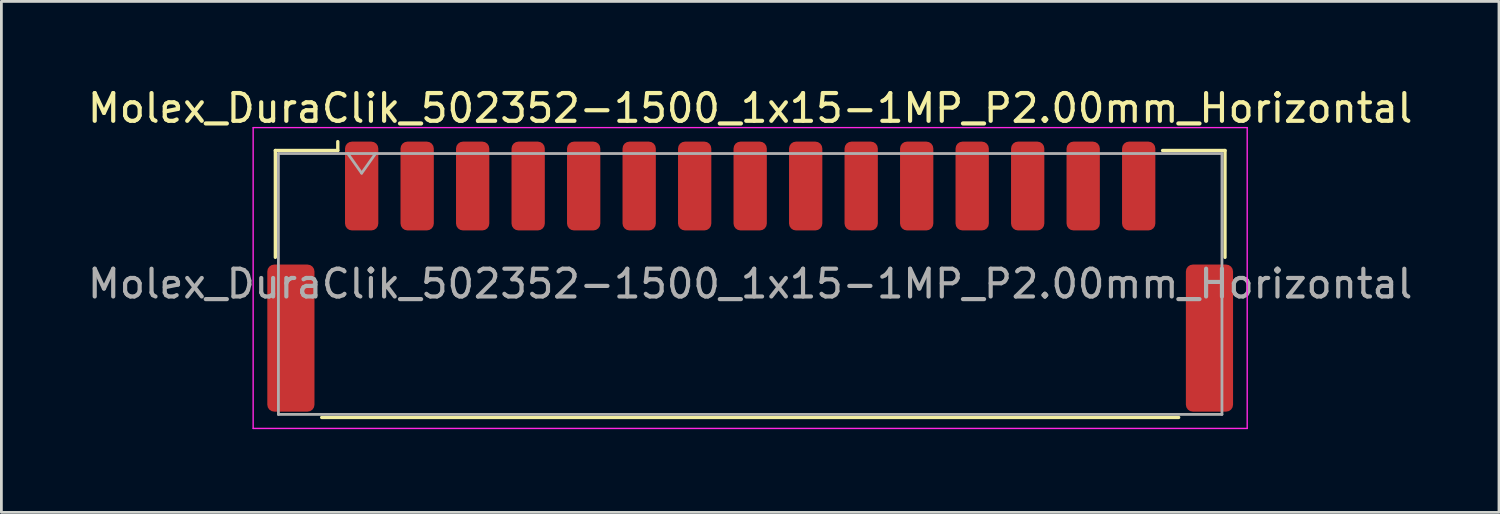
<source format=kicad_pcb>
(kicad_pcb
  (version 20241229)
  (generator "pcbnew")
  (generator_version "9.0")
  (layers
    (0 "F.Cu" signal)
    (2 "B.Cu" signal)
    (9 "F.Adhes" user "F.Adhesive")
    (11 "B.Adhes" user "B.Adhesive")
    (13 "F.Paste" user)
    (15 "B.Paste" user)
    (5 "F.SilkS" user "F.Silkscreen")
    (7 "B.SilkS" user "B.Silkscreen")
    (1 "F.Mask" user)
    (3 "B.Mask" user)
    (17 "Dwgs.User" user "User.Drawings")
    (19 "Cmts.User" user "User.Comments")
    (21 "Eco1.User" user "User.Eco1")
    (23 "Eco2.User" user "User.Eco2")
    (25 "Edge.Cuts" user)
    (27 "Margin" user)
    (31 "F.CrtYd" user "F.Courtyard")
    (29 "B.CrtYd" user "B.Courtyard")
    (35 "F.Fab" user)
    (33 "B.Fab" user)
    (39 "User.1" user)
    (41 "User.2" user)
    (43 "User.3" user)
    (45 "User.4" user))
  (footprint "Molex_DuraClik_502352-1500_1x15-1MP_P2.00mm_Horizontal"
    (layer "F.Cu")
    (at 23.982 6.918)
    (property "Reference" "Molex_DuraClik_502352-1500_1x15-1MP_P2.00mm_Horizontal" (at 0 -6.07 0) (layer "F.SilkS") (effects (font (size 1 1) (thickness 0.15))))
    (attr smd)
    (fp_line (start -17.11 -4.545) (end -14.86 -4.545) (stroke (width 0.12) (type solid)) (layer "F.SilkS"))
    (fp_line (start -17.11 -0.695) (end -17.11 -4.545) (stroke (width 0.12) (type solid)) (layer "F.SilkS"))
    (fp_line (start -15.44 5.075) (end 15.44 5.075) (stroke (width 0.12) (type solid)) (layer "F.SilkS"))
    (fp_line (start -14.86 -4.545) (end -14.86 -4.865) (stroke (width 0.12) (type solid)) (layer "F.SilkS"))
    (fp_line (start 17.11 -4.545) (end 14.86 -4.545) (stroke (width 0.12) (type solid)) (layer "F.SilkS"))
    (fp_line (start 17.11 -0.695) (end 17.11 -4.545) (stroke (width 0.12) (type solid)) (layer "F.SilkS"))
    (fp_line (start -17.91 -5.37) (end -17.91 5.47) (stroke (width 0.05) (type solid)) (layer "F.CrtYd"))
    (fp_line (start -17.91 5.47) (end 17.91 5.47) (stroke (width 0.05) (type solid)) (layer "F.CrtYd"))
    (fp_line (start 17.91 -5.37) (end -17.91 -5.37) (stroke (width 0.05) (type solid)) (layer "F.CrtYd"))
    (fp_line (start 17.91 5.47) (end 17.91 -5.37) (stroke (width 0.05) (type solid)) (layer "F.CrtYd"))
    (fp_line (start -17 -4.435) (end -17 4.965) (stroke (width 0.1) (type solid)) (layer "F.Fab"))
    (fp_line (start -17 -4.435) (end 17 -4.435) (stroke (width 0.1) (type solid)) (layer "F.Fab"))
    (fp_line (start -17 4.965) (end 17 4.965) (stroke (width 0.1) (type solid)) (layer "F.Fab"))
    (fp_line (start -14.5 -4.435) (end -14 -3.728) (stroke (width 0.1) (type solid)) (layer "F.Fab"))
    (fp_line (start -14 -3.728) (end -13.5 -4.435) (stroke (width 0.1) (type solid)) (layer "F.Fab"))
    (fp_line (start 17 -4.435) (end 17 4.965) (stroke (width 0.1) (type solid)) (layer "F.Fab"))
    (fp_text user "${REFERENCE}" (at 0 0.26 0) (layer "F.Fab") (effects (font (size 1 1) (thickness 0.15))))
    (pad "1" smd roundrect (at -14 -3.265) (size 1.2 3.2) (layers "F.Cu" "F.Mask" "F.Paste") (roundrect_rratio 0.208))
    (pad "2" smd roundrect (at -12 -3.265) (size 1.2 3.2) (layers "F.Cu" "F.Mask" "F.Paste") (roundrect_rratio 0.208))
    (pad "3" smd roundrect (at -10 -3.265) (size 1.2 3.2) (layers "F.Cu" "F.Mask" "F.Paste") (roundrect_rratio 0.208))
    (pad "4" smd roundrect (at -8 -3.265) (size 1.2 3.2) (layers "F.Cu" "F.Mask" "F.Paste") (roundrect_rratio 0.208))
    (pad "5" smd roundrect (at -6 -3.265) (size 1.2 3.2) (layers "F.Cu" "F.Mask" "F.Paste") (roundrect_rratio 0.208))
    (pad "6" smd roundrect (at -4 -3.265) (size 1.2 3.2) (layers "F.Cu" "F.Mask" "F.Paste") (roundrect_rratio 0.208))
    (pad "7" smd roundrect (at -2 -3.265) (size 1.2 3.2) (layers "F.Cu" "F.Mask" "F.Paste") (roundrect_rratio 0.208))
    (pad "8" smd roundrect (at 0 -3.265) (size 1.2 3.2) (layers "F.Cu" "F.Mask" "F.Paste") (roundrect_rratio 0.208))
    (pad "9" smd roundrect (at 2 -3.265) (size 1.2 3.2) (layers "F.Cu" "F.Mask" "F.Paste") (roundrect_rratio 0.208))
    (pad "10" smd roundrect (at 4 -3.265) (size 1.2 3.2) (layers "F.Cu" "F.Mask" "F.Paste") (roundrect_rratio 0.208))
    (pad "11" smd roundrect (at 6 -3.265) (size 1.2 3.2) (layers "F.Cu" "F.Mask" "F.Paste") (roundrect_rratio 0.208))
    (pad "12" smd roundrect (at 8 -3.265) (size 1.2 3.2) (layers "F.Cu" "F.Mask" "F.Paste") (roundrect_rratio 0.208))
    (pad "13" smd roundrect (at 10 -3.265) (size 1.2 3.2) (layers "F.Cu" "F.Mask" "F.Paste") (roundrect_rratio 0.208))
    (pad "14" smd roundrect (at 12 -3.265) (size 1.2 3.2) (layers "F.Cu" "F.Mask" "F.Paste") (roundrect_rratio 0.208))
    (pad "15" smd roundrect (at 14 -3.265) (size 1.2 3.2) (layers "F.Cu" "F.Mask" "F.Paste") (roundrect_rratio 0.208))
    (pad "MP" smd roundrect (at -16.55 2.215) (size 1.7 5.3) (layers "F.Cu" "F.Mask" "F.Paste") (roundrect_rratio 0.147))
    (pad "MP" smd roundrect (at 16.55 2.215) (size 1.7 5.3) (layers "F.Cu" "F.Mask" "F.Paste") (roundrect_rratio 0.147)))
  (gr_rect
    (start -3 -3)
    (end 50.964 15.413)
    (stroke (width 0.1) (type default))
    (fill no)
    (layer "Edge.Cuts")))
</source>
